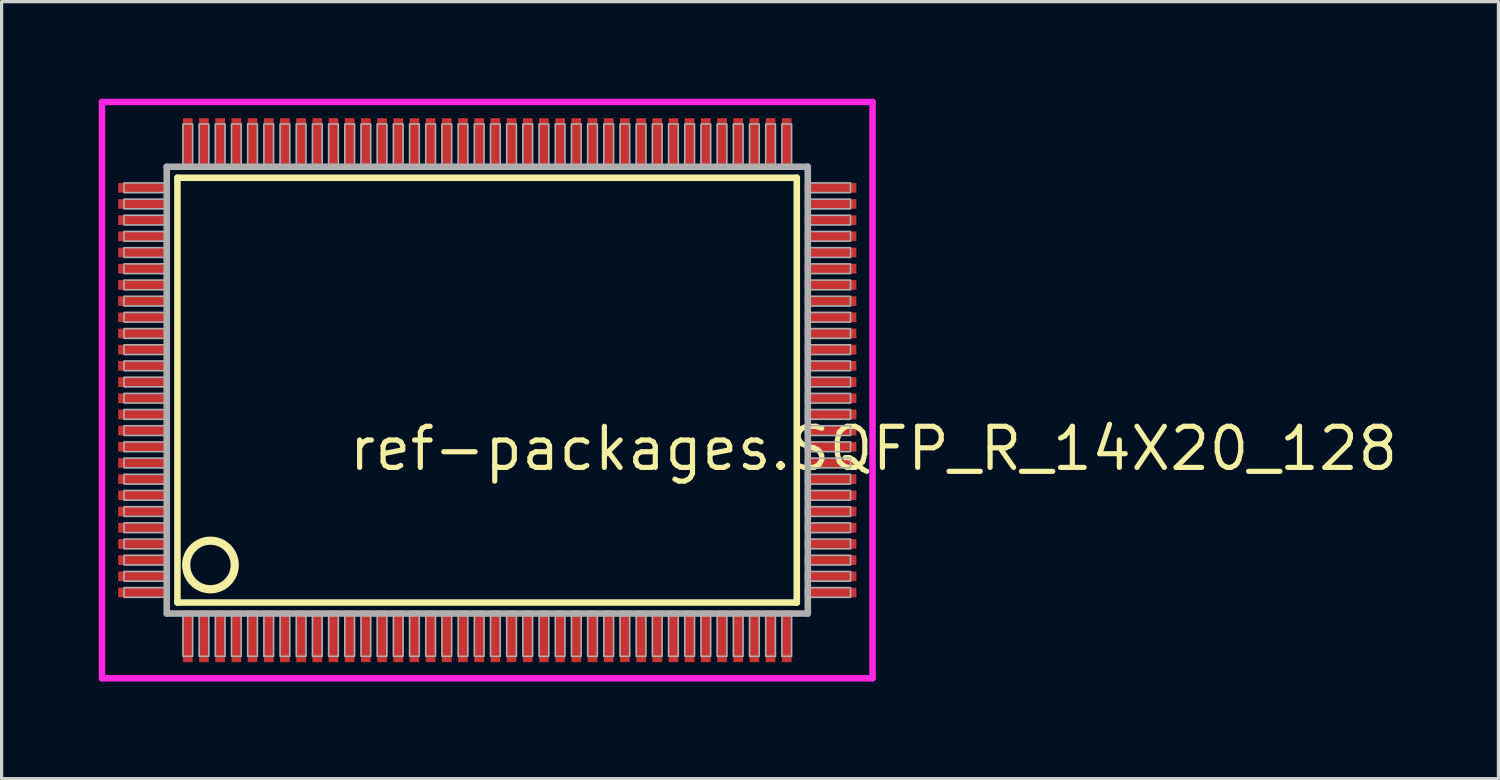
<source format=kicad_pcb>
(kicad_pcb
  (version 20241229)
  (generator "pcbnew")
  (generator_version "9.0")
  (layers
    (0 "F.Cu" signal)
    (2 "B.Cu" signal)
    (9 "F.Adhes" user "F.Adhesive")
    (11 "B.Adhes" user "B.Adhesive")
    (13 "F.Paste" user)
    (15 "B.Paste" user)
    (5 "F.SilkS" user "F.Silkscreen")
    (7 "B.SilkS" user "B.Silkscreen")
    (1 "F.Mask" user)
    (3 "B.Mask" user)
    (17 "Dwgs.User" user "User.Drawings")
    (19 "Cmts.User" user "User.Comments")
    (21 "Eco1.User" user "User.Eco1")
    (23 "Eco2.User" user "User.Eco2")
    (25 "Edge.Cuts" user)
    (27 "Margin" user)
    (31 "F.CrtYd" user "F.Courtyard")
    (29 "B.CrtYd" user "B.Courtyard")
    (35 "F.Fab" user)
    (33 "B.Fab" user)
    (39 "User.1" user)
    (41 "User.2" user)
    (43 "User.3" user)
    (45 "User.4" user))
  (footprint "ref-packages.SQFP_R_14X20_128"
    (layer "F.Cu")
    (at 12 9)
    (property "Reference" "ref-packages.SQFP_R_14X20_128" (at -4.35 2.55 0) (layer "F.SilkS") (effects (font (size 1.27 1.27) (thickness 0.16)) (justify left bottom)))
    (attr smd)
    (fp_line (start -9.57 -6.56) (end 9.56 -6.56) (stroke (width 0.203) (type default)) (layer "F.SilkS"))
    (fp_line (start -9.57 6.56) (end -9.57 -6.56) (stroke (width 0.203) (type default)) (layer "F.SilkS"))
    (fp_line (start 9.56 -6.56) (end 9.56 6.56) (stroke (width 0.203) (type default)) (layer "F.SilkS"))
    (fp_line (start 9.56 6.56) (end -9.57 6.56) (stroke (width 0.203) (type default)) (layer "F.SilkS"))
    (fp_circle (center -8.55 5.4) (end -7.8 5.4) (stroke (width 0.254) (type default)) (fill no) (layer "F.SilkS"))
    (fp_line (start -11.9 -8.9) (end 11.9 -8.9) (stroke (width 0.2) (type default)) (layer "F.CrtYd"))
    (fp_line (start -11.9 8.9) (end -11.9 -8.9) (stroke (width 0.2) (type default)) (layer "F.CrtYd"))
    (fp_line (start 11.9 -8.9) (end 11.9 8.9) (stroke (width 0.2) (type default)) (layer "F.CrtYd"))
    (fp_line (start 11.9 8.9) (end -11.9 8.9) (stroke (width 0.2) (type default)) (layer "F.CrtYd"))
    (fp_line (start -9.9 -6.9) (end -9.9 6.9) (stroke (width 0.203) (type default)) (layer "F.Fab"))
    (fp_line (start -9.9 6.9) (end 9.9 6.9) (stroke (width 0.203) (type default)) (layer "F.Fab"))
    (fp_line (start 9.9 -6.9) (end -9.9 -6.9) (stroke (width 0.203) (type default)) (layer "F.Fab"))
    (fp_line (start 9.9 6.9) (end 9.9 -6.9) (stroke (width 0.203) (type default)) (layer "F.Fab"))
    (fp_rect (start -11.22 -6.1) (end -9.95 -6.4) (stroke (width 0.05) (type default)) (fill no) (layer "F.Fab"))
    (fp_rect (start -11.22 -5.6) (end -9.95 -5.9) (stroke (width 0.05) (type default)) (fill no) (layer "F.Fab"))
    (fp_rect (start -11.22 -5.1) (end -9.95 -5.4) (stroke (width 0.05) (type default)) (fill no) (layer "F.Fab"))
    (fp_rect (start -11.22 -4.6) (end -9.95 -4.9) (stroke (width 0.05) (type default)) (fill no) (layer "F.Fab"))
    (fp_rect (start -11.22 -4.1) (end -9.95 -4.4) (stroke (width 0.05) (type default)) (fill no) (layer "F.Fab"))
    (fp_rect (start -11.22 -3.6) (end -9.95 -3.9) (stroke (width 0.05) (type default)) (fill no) (layer "F.Fab"))
    (fp_rect (start -11.22 -3.1) (end -9.95 -3.4) (stroke (width 0.05) (type default)) (fill no) (layer "F.Fab"))
    (fp_rect (start -11.22 -2.6) (end -9.95 -2.9) (stroke (width 0.05) (type default)) (fill no) (layer "F.Fab"))
    (fp_rect (start -11.22 -2.1) (end -9.95 -2.4) (stroke (width 0.05) (type default)) (fill no) (layer "F.Fab"))
    (fp_rect (start -11.22 -1.6) (end -9.95 -1.9) (stroke (width 0.05) (type default)) (fill no) (layer "F.Fab"))
    (fp_rect (start -11.22 -1.1) (end -9.95 -1.4) (stroke (width 0.05) (type default)) (fill no) (layer "F.Fab"))
    (fp_rect (start -11.22 -0.6) (end -9.95 -0.9) (stroke (width 0.05) (type default)) (fill no) (layer "F.Fab"))
    (fp_rect (start -11.22 -0.1) (end -9.95 -0.4) (stroke (width 0.05) (type default)) (fill no) (layer "F.Fab"))
    (fp_rect (start -11.22 0.4) (end -9.95 0.1) (stroke (width 0.05) (type default)) (fill no) (layer "F.Fab"))
    (fp_rect (start -11.22 0.9) (end -9.95 0.6) (stroke (width 0.05) (type default)) (fill no) (layer "F.Fab"))
    (fp_rect (start -11.22 1.4) (end -9.95 1.1) (stroke (width 0.05) (type default)) (fill no) (layer "F.Fab"))
    (fp_rect (start -11.22 1.9) (end -9.95 1.6) (stroke (width 0.05) (type default)) (fill no) (layer "F.Fab"))
    (fp_rect (start -11.22 2.4) (end -9.95 2.1) (stroke (width 0.05) (type default)) (fill no) (layer "F.Fab"))
    (fp_rect (start -11.22 2.9) (end -9.95 2.6) (stroke (width 0.05) (type default)) (fill no) (layer "F.Fab"))
    (fp_rect (start -11.22 3.4) (end -9.95 3.1) (stroke (width 0.05) (type default)) (fill no) (layer "F.Fab"))
    (fp_rect (start -11.22 3.9) (end -9.95 3.6) (stroke (width 0.05) (type default)) (fill no) (layer "F.Fab"))
    (fp_rect (start -11.22 4.4) (end -9.95 4.1) (stroke (width 0.05) (type default)) (fill no) (layer "F.Fab"))
    (fp_rect (start -11.22 4.9) (end -9.95 4.6) (stroke (width 0.05) (type default)) (fill no) (layer "F.Fab"))
    (fp_rect (start -11.22 5.4) (end -9.95 5.1) (stroke (width 0.05) (type default)) (fill no) (layer "F.Fab"))
    (fp_rect (start -11.22 5.9) (end -9.95 5.6) (stroke (width 0.05) (type default)) (fill no) (layer "F.Fab"))
    (fp_rect (start -11.22 6.4) (end -9.95 6.1) (stroke (width 0.05) (type default)) (fill no) (layer "F.Fab"))
    (fp_rect (start -9.4 -6.95) (end -9.1 -8.22) (stroke (width 0.05) (type default)) (fill no) (layer "F.Fab"))
    (fp_rect (start -9.4 8.22) (end -9.1 6.95) (stroke (width 0.05) (type default)) (fill no) (layer "F.Fab"))
    (fp_rect (start -8.9 -6.95) (end -8.6 -8.22) (stroke (width 0.05) (type default)) (fill no) (layer "F.Fab"))
    (fp_rect (start -8.9 8.22) (end -8.6 6.95) (stroke (width 0.05) (type default)) (fill no) (layer "F.Fab"))
    (fp_rect (start -8.4 -6.95) (end -8.1 -8.22) (stroke (width 0.05) (type default)) (fill no) (layer "F.Fab"))
    (fp_rect (start -8.4 8.22) (end -8.1 6.95) (stroke (width 0.05) (type default)) (fill no) (layer "F.Fab"))
    (fp_rect (start -7.9 -6.95) (end -7.6 -8.22) (stroke (width 0.05) (type default)) (fill no) (layer "F.Fab"))
    (fp_rect (start -7.9 8.22) (end -7.6 6.95) (stroke (width 0.05) (type default)) (fill no) (layer "F.Fab"))
    (fp_rect (start -7.4 -6.95) (end -7.1 -8.22) (stroke (width 0.05) (type default)) (fill no) (layer "F.Fab"))
    (fp_rect (start -7.4 8.22) (end -7.1 6.95) (stroke (width 0.05) (type default)) (fill no) (layer "F.Fab"))
    (fp_rect (start -6.9 -6.95) (end -6.6 -8.22) (stroke (width 0.05) (type default)) (fill no) (layer "F.Fab"))
    (fp_rect (start -6.9 8.22) (end -6.6 6.95) (stroke (width 0.05) (type default)) (fill no) (layer "F.Fab"))
    (fp_rect (start -6.4 -6.95) (end -6.1 -8.22) (stroke (width 0.05) (type default)) (fill no) (layer "F.Fab"))
    (fp_rect (start -6.4 8.22) (end -6.1 6.95) (stroke (width 0.05) (type default)) (fill no) (layer "F.Fab"))
    (fp_rect (start -5.9 -6.95) (end -5.6 -8.22) (stroke (width 0.05) (type default)) (fill no) (layer "F.Fab"))
    (fp_rect (start -5.9 8.22) (end -5.6 6.95) (stroke (width 0.05) (type default)) (fill no) (layer "F.Fab"))
    (fp_rect (start -5.4 -6.95) (end -5.1 -8.22) (stroke (width 0.05) (type default)) (fill no) (layer "F.Fab"))
    (fp_rect (start -5.4 8.22) (end -5.1 6.95) (stroke (width 0.05) (type default)) (fill no) (layer "F.Fab"))
    (fp_rect (start -4.9 -6.95) (end -4.6 -8.22) (stroke (width 0.05) (type default)) (fill no) (layer "F.Fab"))
    (fp_rect (start -4.9 8.22) (end -4.6 6.95) (stroke (width 0.05) (type default)) (fill no) (layer "F.Fab"))
    (fp_rect (start -4.4 -6.95) (end -4.1 -8.22) (stroke (width 0.05) (type default)) (fill no) (layer "F.Fab"))
    (fp_rect (start -4.4 8.22) (end -4.1 6.95) (stroke (width 0.05) (type default)) (fill no) (layer "F.Fab"))
    (fp_rect (start -3.9 -6.95) (end -3.6 -8.22) (stroke (width 0.05) (type default)) (fill no) (layer "F.Fab"))
    (fp_rect (start -3.9 8.22) (end -3.6 6.95) (stroke (width 0.05) (type default)) (fill no) (layer "F.Fab"))
    (fp_rect (start -3.4 -6.95) (end -3.1 -8.22) (stroke (width 0.05) (type default)) (fill no) (layer "F.Fab"))
    (fp_rect (start -3.4 8.22) (end -3.1 6.95) (stroke (width 0.05) (type default)) (fill no) (layer "F.Fab"))
    (fp_rect (start -2.9 -6.95) (end -2.6 -8.22) (stroke (width 0.05) (type default)) (fill no) (layer "F.Fab"))
    (fp_rect (start -2.9 8.22) (end -2.6 6.95) (stroke (width 0.05) (type default)) (fill no) (layer "F.Fab"))
    (fp_rect (start -2.4 -6.95) (end -2.1 -8.22) (stroke (width 0.05) (type default)) (fill no) (layer "F.Fab"))
    (fp_rect (start -2.4 8.22) (end -2.1 6.95) (stroke (width 0.05) (type default)) (fill no) (layer "F.Fab"))
    (fp_rect (start -1.9 -6.95) (end -1.6 -8.22) (stroke (width 0.05) (type default)) (fill no) (layer "F.Fab"))
    (fp_rect (start -1.9 8.22) (end -1.6 6.95) (stroke (width 0.05) (type default)) (fill no) (layer "F.Fab"))
    (fp_rect (start -1.4 -6.95) (end -1.1 -8.22) (stroke (width 0.05) (type default)) (fill no) (layer "F.Fab"))
    (fp_rect (start -1.4 8.22) (end -1.1 6.95) (stroke (width 0.05) (type default)) (fill no) (layer "F.Fab"))
    (fp_rect (start -0.9 -6.95) (end -0.6 -8.22) (stroke (width 0.05) (type default)) (fill no) (layer "F.Fab"))
    (fp_rect (start -0.9 8.22) (end -0.6 6.95) (stroke (width 0.05) (type default)) (fill no) (layer "F.Fab"))
    (fp_rect (start -0.4 -6.95) (end -0.1 -8.22) (stroke (width 0.05) (type default)) (fill no) (layer "F.Fab"))
    (fp_rect (start -0.4 8.22) (end -0.1 6.95) (stroke (width 0.05) (type default)) (fill no) (layer "F.Fab"))
    (fp_rect (start 0.1 -6.95) (end 0.4 -8.22) (stroke (width 0.05) (type default)) (fill no) (layer "F.Fab"))
    (fp_rect (start 0.1 8.22) (end 0.4 6.95) (stroke (width 0.05) (type default)) (fill no) (layer "F.Fab"))
    (fp_rect (start 0.6 -6.95) (end 0.9 -8.22) (stroke (width 0.05) (type default)) (fill no) (layer "F.Fab"))
    (fp_rect (start 0.6 8.22) (end 0.9 6.95) (stroke (width 0.05) (type default)) (fill no) (layer "F.Fab"))
    (fp_rect (start 1.1 -6.95) (end 1.4 -8.22) (stroke (width 0.05) (type default)) (fill no) (layer "F.Fab"))
    (fp_rect (start 1.1 8.22) (end 1.4 6.95) (stroke (width 0.05) (type default)) (fill no) (layer "F.Fab"))
    (fp_rect (start 1.6 -6.95) (end 1.9 -8.22) (stroke (width 0.05) (type default)) (fill no) (layer "F.Fab"))
    (fp_rect (start 1.6 8.22) (end 1.9 6.95) (stroke (width 0.05) (type default)) (fill no) (layer "F.Fab"))
    (fp_rect (start 2.1 -6.95) (end 2.4 -8.22) (stroke (width 0.05) (type default)) (fill no) (layer "F.Fab"))
    (fp_rect (start 2.1 8.22) (end 2.4 6.95) (stroke (width 0.05) (type default)) (fill no) (layer "F.Fab"))
    (fp_rect (start 2.6 -6.95) (end 2.9 -8.22) (stroke (width 0.05) (type default)) (fill no) (layer "F.Fab"))
    (fp_rect (start 2.6 8.22) (end 2.9 6.95) (stroke (width 0.05) (type default)) (fill no) (layer "F.Fab"))
    (fp_rect (start 3.1 -6.95) (end 3.4 -8.22) (stroke (width 0.05) (type default)) (fill no) (layer "F.Fab"))
    (fp_rect (start 3.1 8.22) (end 3.4 6.95) (stroke (width 0.05) (type default)) (fill no) (layer "F.Fab"))
    (fp_rect (start 3.6 -6.95) (end 3.9 -8.22) (stroke (width 0.05) (type default)) (fill no) (layer "F.Fab"))
    (fp_rect (start 3.6 8.22) (end 3.9 6.95) (stroke (width 0.05) (type default)) (fill no) (layer "F.Fab"))
    (fp_rect (start 4.1 -6.95) (end 4.4 -8.22) (stroke (width 0.05) (type default)) (fill no) (layer "F.Fab"))
    (fp_rect (start 4.1 8.22) (end 4.4 6.95) (stroke (width 0.05) (type default)) (fill no) (layer "F.Fab"))
    (fp_rect (start 4.6 -6.95) (end 4.9 -8.22) (stroke (width 0.05) (type default)) (fill no) (layer "F.Fab"))
    (fp_rect (start 4.6 8.22) (end 4.9 6.95) (stroke (width 0.05) (type default)) (fill no) (layer "F.Fab"))
    (fp_rect (start 5.1 -6.95) (end 5.4 -8.22) (stroke (width 0.05) (type default)) (fill no) (layer "F.Fab"))
    (fp_rect (start 5.1 8.22) (end 5.4 6.95) (stroke (width 0.05) (type default)) (fill no) (layer "F.Fab"))
    (fp_rect (start 5.6 -6.95) (end 5.9 -8.22) (stroke (width 0.05) (type default)) (fill no) (layer "F.Fab"))
    (fp_rect (start 5.6 8.22) (end 5.9 6.95) (stroke (width 0.05) (type default)) (fill no) (layer "F.Fab"))
    (fp_rect (start 6.1 -6.95) (end 6.4 -8.22) (stroke (width 0.05) (type default)) (fill no) (layer "F.Fab"))
    (fp_rect (start 6.1 8.22) (end 6.4 6.95) (stroke (width 0.05) (type default)) (fill no) (layer "F.Fab"))
    (fp_rect (start 6.6 -6.95) (end 6.9 -8.22) (stroke (width 0.05) (type default)) (fill no) (layer "F.Fab"))
    (fp_rect (start 6.6 8.22) (end 6.9 6.95) (stroke (width 0.05) (type default)) (fill no) (layer "F.Fab"))
    (fp_rect (start 7.1 -6.95) (end 7.4 -8.22) (stroke (width 0.05) (type default)) (fill no) (layer "F.Fab"))
    (fp_rect (start 7.1 8.22) (end 7.4 6.95) (stroke (width 0.05) (type default)) (fill no) (layer "F.Fab"))
    (fp_rect (start 7.6 -6.95) (end 7.9 -8.22) (stroke (width 0.05) (type default)) (fill no) (layer "F.Fab"))
    (fp_rect (start 7.6 8.22) (end 7.9 6.95) (stroke (width 0.05) (type default)) (fill no) (layer "F.Fab"))
    (fp_rect (start 8.1 -6.95) (end 8.4 -8.22) (stroke (width 0.05) (type default)) (fill no) (layer "F.Fab"))
    (fp_rect (start 8.1 8.22) (end 8.4 6.95) (stroke (width 0.05) (type default)) (fill no) (layer "F.Fab"))
    (fp_rect (start 8.6 -6.95) (end 8.9 -8.22) (stroke (width 0.05) (type default)) (fill no) (layer "F.Fab"))
    (fp_rect (start 8.6 8.22) (end 8.9 6.95) (stroke (width 0.05) (type default)) (fill no) (layer "F.Fab"))
    (fp_rect (start 9.1 -6.95) (end 9.4 -8.22) (stroke (width 0.05) (type default)) (fill no) (layer "F.Fab"))
    (fp_rect (start 9.1 8.22) (end 9.4 6.95) (stroke (width 0.05) (type default)) (fill no) (layer "F.Fab"))
    (fp_rect (start 9.95 -6.1) (end 11.22 -6.4) (stroke (width 0.05) (type default)) (fill no) (layer "F.Fab"))
    (fp_rect (start 9.95 -5.6) (end 11.22 -5.9) (stroke (width 0.05) (type default)) (fill no) (layer "F.Fab"))
    (fp_rect (start 9.95 -5.1) (end 11.22 -5.4) (stroke (width 0.05) (type default)) (fill no) (layer "F.Fab"))
    (fp_rect (start 9.95 -4.6) (end 11.22 -4.9) (stroke (width 0.05) (type default)) (fill no) (layer "F.Fab"))
    (fp_rect (start 9.95 -4.1) (end 11.22 -4.4) (stroke (width 0.05) (type default)) (fill no) (layer "F.Fab"))
    (fp_rect (start 9.95 -3.6) (end 11.22 -3.9) (stroke (width 0.05) (type default)) (fill no) (layer "F.Fab"))
    (fp_rect (start 9.95 -3.1) (end 11.22 -3.4) (stroke (width 0.05) (type default)) (fill no) (layer "F.Fab"))
    (fp_rect (start 9.95 -2.6) (end 11.22 -2.9) (stroke (width 0.05) (type default)) (fill no) (layer "F.Fab"))
    (fp_rect (start 9.95 -2.1) (end 11.22 -2.4) (stroke (width 0.05) (type default)) (fill no) (layer "F.Fab"))
    (fp_rect (start 9.95 -1.6) (end 11.22 -1.9) (stroke (width 0.05) (type default)) (fill no) (layer "F.Fab"))
    (fp_rect (start 9.95 -1.1) (end 11.22 -1.4) (stroke (width 0.05) (type default)) (fill no) (layer "F.Fab"))
    (fp_rect (start 9.95 -0.6) (end 11.22 -0.9) (stroke (width 0.05) (type default)) (fill no) (layer "F.Fab"))
    (fp_rect (start 9.95 -0.1) (end 11.22 -0.4) (stroke (width 0.05) (type default)) (fill no) (layer "F.Fab"))
    (fp_rect (start 9.95 0.4) (end 11.22 0.1) (stroke (width 0.05) (type default)) (fill no) (layer "F.Fab"))
    (fp_rect (start 9.95 0.9) (end 11.22 0.6) (stroke (width 0.05) (type default)) (fill no) (layer "F.Fab"))
    (fp_rect (start 9.95 1.4) (end 11.22 1.1) (stroke (width 0.05) (type default)) (fill no) (layer "F.Fab"))
    (fp_rect (start 9.95 1.9) (end 11.22 1.6) (stroke (width 0.05) (type default)) (fill no) (layer "F.Fab"))
    (fp_rect (start 9.95 2.4) (end 11.22 2.1) (stroke (width 0.05) (type default)) (fill no) (layer "F.Fab"))
    (fp_rect (start 9.95 2.9) (end 11.22 2.6) (stroke (width 0.05) (type default)) (fill no) (layer "F.Fab"))
    (fp_rect (start 9.95 3.4) (end 11.22 3.1) (stroke (width 0.05) (type default)) (fill no) (layer "F.Fab"))
    (fp_rect (start 9.95 3.9) (end 11.22 3.6) (stroke (width 0.05) (type default)) (fill no) (layer "F.Fab"))
    (fp_rect (start 9.95 4.4) (end 11.22 4.1) (stroke (width 0.05) (type default)) (fill no) (layer "F.Fab"))
    (fp_rect (start 9.95 4.9) (end 11.22 4.6) (stroke (width 0.05) (type default)) (fill no) (layer "F.Fab"))
    (fp_rect (start 9.95 5.4) (end 11.22 5.1) (stroke (width 0.05) (type default)) (fill no) (layer "F.Fab"))
    (fp_rect (start 9.95 5.9) (end 11.22 5.6) (stroke (width 0.05) (type default)) (fill no) (layer "F.Fab"))
    (fp_rect (start 9.95 6.4) (end 11.22 6.1) (stroke (width 0.05) (type default)) (fill no) (layer "F.Fab"))
    (pad "1" smd roundrect (at -9.25 7.6) (size 0.3 1.6) (layers "F.Cu" "F.Mask" "F.Paste") (roundrect_rratio 0.01))
    (pad "2" smd roundrect (at -8.75 7.6) (size 0.3 1.6) (layers "F.Cu" "F.Mask" "F.Paste") (roundrect_rratio 0.01))
    (pad "3" smd roundrect (at -8.25 7.6) (size 0.3 1.6) (layers "F.Cu" "F.Mask" "F.Paste") (roundrect_rratio 0.01))
    (pad "4" smd roundrect (at -7.75 7.6) (size 0.3 1.6) (layers "F.Cu" "F.Mask" "F.Paste") (roundrect_rratio 0.01))
    (pad "5" smd roundrect (at -7.25 7.6) (size 0.3 1.6) (layers "F.Cu" "F.Mask" "F.Paste") (roundrect_rratio 0.01))
    (pad "6" smd roundrect (at -6.75 7.6) (size 0.3 1.6) (layers "F.Cu" "F.Mask" "F.Paste") (roundrect_rratio 0.01))
    (pad "7" smd roundrect (at -6.25 7.6) (size 0.3 1.6) (layers "F.Cu" "F.Mask" "F.Paste") (roundrect_rratio 0.01))
    (pad "8" smd roundrect (at -5.75 7.6) (size 0.3 1.6) (layers "F.Cu" "F.Mask" "F.Paste") (roundrect_rratio 0.01))
    (pad "9" smd roundrect (at -5.25 7.6) (size 0.3 1.6) (layers "F.Cu" "F.Mask" "F.Paste") (roundrect_rratio 0.01))
    (pad "10" smd roundrect (at -4.75 7.6) (size 0.3 1.6) (layers "F.Cu" "F.Mask" "F.Paste") (roundrect_rratio 0.01))
    (pad "11" smd roundrect (at -4.25 7.6) (size 0.3 1.6) (layers "F.Cu" "F.Mask" "F.Paste") (roundrect_rratio 0.01))
    (pad "12" smd roundrect (at -3.75 7.6) (size 0.3 1.6) (layers "F.Cu" "F.Mask" "F.Paste") (roundrect_rratio 0.01))
    (pad "13" smd roundrect (at -3.25 7.6) (size 0.3 1.6) (layers "F.Cu" "F.Mask" "F.Paste") (roundrect_rratio 0.01))
    (pad "14" smd roundrect (at -2.75 7.6) (size 0.3 1.6) (layers "F.Cu" "F.Mask" "F.Paste") (roundrect_rratio 0.01))
    (pad "15" smd roundrect (at -2.25 7.6) (size 0.3 1.6) (layers "F.Cu" "F.Mask" "F.Paste") (roundrect_rratio 0.01))
    (pad "16" smd roundrect (at -1.75 7.6) (size 0.3 1.6) (layers "F.Cu" "F.Mask" "F.Paste") (roundrect_rratio 0.01))
    (pad "17" smd roundrect (at -1.25 7.6) (size 0.3 1.6) (layers "F.Cu" "F.Mask" "F.Paste") (roundrect_rratio 0.01))
    (pad "18" smd roundrect (at -0.75 7.6) (size 0.3 1.6) (layers "F.Cu" "F.Mask" "F.Paste") (roundrect_rratio 0.01))
    (pad "19" smd roundrect (at -0.25 7.6) (size 0.3 1.6) (layers "F.Cu" "F.Mask" "F.Paste") (roundrect_rratio 0.01))
    (pad "20" smd roundrect (at 0.25 7.6) (size 0.3 1.6) (layers "F.Cu" "F.Mask" "F.Paste") (roundrect_rratio 0.01))
    (pad "21" smd roundrect (at 0.75 7.6) (size 0.3 1.6) (layers "F.Cu" "F.Mask" "F.Paste") (roundrect_rratio 0.01))
    (pad "22" smd roundrect (at 1.25 7.6) (size 0.3 1.6) (layers "F.Cu" "F.Mask" "F.Paste") (roundrect_rratio 0.01))
    (pad "23" smd roundrect (at 1.75 7.6) (size 0.3 1.6) (layers "F.Cu" "F.Mask" "F.Paste") (roundrect_rratio 0.01))
    (pad "24" smd roundrect (at 2.25 7.6) (size 0.3 1.6) (layers "F.Cu" "F.Mask" "F.Paste") (roundrect_rratio 0.01))
    (pad "25" smd roundrect (at 2.75 7.6) (size 0.3 1.6) (layers "F.Cu" "F.Mask" "F.Paste") (roundrect_rratio 0.01))
    (pad "26" smd roundrect (at 3.25 7.6) (size 0.3 1.6) (layers "F.Cu" "F.Mask" "F.Paste") (roundrect_rratio 0.01))
    (pad "27" smd roundrect (at 3.75 7.6) (size 0.3 1.6) (layers "F.Cu" "F.Mask" "F.Paste") (roundrect_rratio 0.01))
    (pad "28" smd roundrect (at 4.25 7.6) (size 0.3 1.6) (layers "F.Cu" "F.Mask" "F.Paste") (roundrect_rratio 0.01))
    (pad "29" smd roundrect (at 4.75 7.6) (size 0.3 1.6) (layers "F.Cu" "F.Mask" "F.Paste") (roundrect_rratio 0.01))
    (pad "30" smd roundrect (at 5.25 7.6) (size 0.3 1.6) (layers "F.Cu" "F.Mask" "F.Paste") (roundrect_rratio 0.01))
    (pad "31" smd roundrect (at 5.75 7.6) (size 0.3 1.6) (layers "F.Cu" "F.Mask" "F.Paste") (roundrect_rratio 0.01))
    (pad "32" smd roundrect (at 6.25 7.6) (size 0.3 1.6) (layers "F.Cu" "F.Mask" "F.Paste") (roundrect_rratio 0.01))
    (pad "33" smd roundrect (at 6.75 7.6) (size 0.3 1.6) (layers "F.Cu" "F.Mask" "F.Paste") (roundrect_rratio 0.01))
    (pad "34" smd roundrect (at 7.25 7.6) (size 0.3 1.6) (layers "F.Cu" "F.Mask" "F.Paste") (roundrect_rratio 0.01))
    (pad "35" smd roundrect (at 7.75 7.6) (size 0.3 1.6) (layers "F.Cu" "F.Mask" "F.Paste") (roundrect_rratio 0.01))
    (pad "36" smd roundrect (at 8.25 7.6) (size 0.3 1.6) (layers "F.Cu" "F.Mask" "F.Paste") (roundrect_rratio 0.01))
    (pad "37" smd roundrect (at 8.75 7.6) (size 0.3 1.6) (layers "F.Cu" "F.Mask" "F.Paste") (roundrect_rratio 0.01))
    (pad "38" smd roundrect (at 9.25 7.6) (size 0.3 1.6) (layers "F.Cu" "F.Mask" "F.Paste") (roundrect_rratio 0.01))
    (pad "39" smd roundrect (at 10.6 6.25) (size 1.6 0.3) (layers "F.Cu" "F.Mask" "F.Paste") (roundrect_rratio 0.01))
    (pad "40" smd roundrect (at 10.6 5.75) (size 1.6 0.3) (layers "F.Cu" "F.Mask" "F.Paste") (roundrect_rratio 0.01))
    (pad "41" smd roundrect (at 10.6 5.25) (size 1.6 0.3) (layers "F.Cu" "F.Mask" "F.Paste") (roundrect_rratio 0.01))
    (pad "42" smd roundrect (at 10.6 4.75) (size 1.6 0.3) (layers "F.Cu" "F.Mask" "F.Paste") (roundrect_rratio 0.01))
    (pad "43" smd roundrect (at 10.6 4.25) (size 1.6 0.3) (layers "F.Cu" "F.Mask" "F.Paste") (roundrect_rratio 0.01))
    (pad "44" smd roundrect (at 10.6 3.75) (size 1.6 0.3) (layers "F.Cu" "F.Mask" "F.Paste") (roundrect_rratio 0.01))
    (pad "45" smd roundrect (at 10.6 3.25) (size 1.6 0.3) (layers "F.Cu" "F.Mask" "F.Paste") (roundrect_rratio 0.01))
    (pad "46" smd roundrect (at 10.6 2.75) (size 1.6 0.3) (layers "F.Cu" "F.Mask" "F.Paste") (roundrect_rratio 0.01))
    (pad "47" smd roundrect (at 10.6 2.25) (size 1.6 0.3) (layers "F.Cu" "F.Mask" "F.Paste") (roundrect_rratio 0.01))
    (pad "48" smd roundrect (at 10.6 1.75) (size 1.6 0.3) (layers "F.Cu" "F.Mask" "F.Paste") (roundrect_rratio 0.01))
    (pad "49" smd roundrect (at 10.6 1.25) (size 1.6 0.3) (layers "F.Cu" "F.Mask" "F.Paste") (roundrect_rratio 0.01))
    (pad "50" smd roundrect (at 10.6 0.75) (size 1.6 0.3) (layers "F.Cu" "F.Mask" "F.Paste") (roundrect_rratio 0.01))
    (pad "51" smd roundrect (at 10.6 0.25) (size 1.6 0.3) (layers "F.Cu" "F.Mask" "F.Paste") (roundrect_rratio 0.01))
    (pad "52" smd roundrect (at 10.6 -0.25) (size 1.6 0.3) (layers "F.Cu" "F.Mask" "F.Paste") (roundrect_rratio 0.01))
    (pad "53" smd roundrect (at 10.6 -0.75) (size 1.6 0.3) (layers "F.Cu" "F.Mask" "F.Paste") (roundrect_rratio 0.01))
    (pad "54" smd roundrect (at 10.6 -1.25) (size 1.6 0.3) (layers "F.Cu" "F.Mask" "F.Paste") (roundrect_rratio 0.01))
    (pad "55" smd roundrect (at 10.6 -1.75) (size 1.6 0.3) (layers "F.Cu" "F.Mask" "F.Paste") (roundrect_rratio 0.01))
    (pad "56" smd roundrect (at 10.6 -2.25) (size 1.6 0.3) (layers "F.Cu" "F.Mask" "F.Paste") (roundrect_rratio 0.01))
    (pad "57" smd roundrect (at 10.6 -2.75) (size 1.6 0.3) (layers "F.Cu" "F.Mask" "F.Paste") (roundrect_rratio 0.01))
    (pad "58" smd roundrect (at 10.6 -3.25) (size 1.6 0.3) (layers "F.Cu" "F.Mask" "F.Paste") (roundrect_rratio 0.01))
    (pad "59" smd roundrect (at 10.6 -3.75) (size 1.6 0.3) (layers "F.Cu" "F.Mask" "F.Paste") (roundrect_rratio 0.01))
    (pad "60" smd roundrect (at 10.6 -4.25) (size 1.6 0.3) (layers "F.Cu" "F.Mask" "F.Paste") (roundrect_rratio 0.01))
    (pad "61" smd roundrect (at 10.6 -4.75) (size 1.6 0.3) (layers "F.Cu" "F.Mask" "F.Paste") (roundrect_rratio 0.01))
    (pad "62" smd roundrect (at 10.6 -5.25) (size 1.6 0.3) (layers "F.Cu" "F.Mask" "F.Paste") (roundrect_rratio 0.01))
    (pad "63" smd roundrect (at 10.6 -5.75) (size 1.6 0.3) (layers "F.Cu" "F.Mask" "F.Paste") (roundrect_rratio 0.01))
    (pad "64" smd roundrect (at 10.6 -6.25) (size 1.6 0.3) (layers "F.Cu" "F.Mask" "F.Paste") (roundrect_rratio 0.01))
    (pad "65" smd roundrect (at 9.25 -7.6) (size 0.3 1.6) (layers "F.Cu" "F.Mask" "F.Paste") (roundrect_rratio 0.01))
    (pad "66" smd roundrect (at 8.75 -7.6) (size 0.3 1.6) (layers "F.Cu" "F.Mask" "F.Paste") (roundrect_rratio 0.01))
    (pad "67" smd roundrect (at 8.25 -7.6) (size 0.3 1.6) (layers "F.Cu" "F.Mask" "F.Paste") (roundrect_rratio 0.01))
    (pad "68" smd roundrect (at 7.75 -7.6) (size 0.3 1.6) (layers "F.Cu" "F.Mask" "F.Paste") (roundrect_rratio 0.01))
    (pad "69" smd roundrect (at 7.25 -7.6) (size 0.3 1.6) (layers "F.Cu" "F.Mask" "F.Paste") (roundrect_rratio 0.01))
    (pad "70" smd roundrect (at 6.75 -7.6) (size 0.3 1.6) (layers "F.Cu" "F.Mask" "F.Paste") (roundrect_rratio 0.01))
    (pad "71" smd roundrect (at 6.25 -7.6) (size 0.3 1.6) (layers "F.Cu" "F.Mask" "F.Paste") (roundrect_rratio 0.01))
    (pad "72" smd roundrect (at 5.75 -7.6) (size 0.3 1.6) (layers "F.Cu" "F.Mask" "F.Paste") (roundrect_rratio 0.01))
    (pad "73" smd roundrect (at 5.25 -7.6) (size 0.3 1.6) (layers "F.Cu" "F.Mask" "F.Paste") (roundrect_rratio 0.01))
    (pad "74" smd roundrect (at 4.75 -7.6) (size 0.3 1.6) (layers "F.Cu" "F.Mask" "F.Paste") (roundrect_rratio 0.01))
    (pad "75" smd roundrect (at 4.25 -7.6) (size 0.3 1.6) (layers "F.Cu" "F.Mask" "F.Paste") (roundrect_rratio 0.01))
    (pad "76" smd roundrect (at 3.75 -7.6) (size 0.3 1.6) (layers "F.Cu" "F.Mask" "F.Paste") (roundrect_rratio 0.01))
    (pad "77" smd roundrect (at 3.25 -7.6) (size 0.3 1.6) (layers "F.Cu" "F.Mask" "F.Paste") (roundrect_rratio 0.01))
    (pad "78" smd roundrect (at 2.75 -7.6) (size 0.3 1.6) (layers "F.Cu" "F.Mask" "F.Paste") (roundrect_rratio 0.01))
    (pad "79" smd roundrect (at 2.25 -7.6) (size 0.3 1.6) (layers "F.Cu" "F.Mask" "F.Paste") (roundrect_rratio 0.01))
    (pad "80" smd roundrect (at 1.75 -7.6) (size 0.3 1.6) (layers "F.Cu" "F.Mask" "F.Paste") (roundrect_rratio 0.01))
    (pad "81" smd roundrect (at 1.25 -7.6) (size 0.3 1.6) (layers "F.Cu" "F.Mask" "F.Paste") (roundrect_rratio 0.01))
    (pad "82" smd roundrect (at 0.75 -7.6) (size 0.3 1.6) (layers "F.Cu" "F.Mask" "F.Paste") (roundrect_rratio 0.01))
    (pad "83" smd roundrect (at 0.25 -7.6) (size 0.3 1.6) (layers "F.Cu" "F.Mask" "F.Paste") (roundrect_rratio 0.01))
    (pad "84" smd roundrect (at -0.25 -7.6) (size 0.3 1.6) (layers "F.Cu" "F.Mask" "F.Paste") (roundrect_rratio 0.01))
    (pad "85" smd roundrect (at -0.75 -7.6) (size 0.3 1.6) (layers "F.Cu" "F.Mask" "F.Paste") (roundrect_rratio 0.01))
    (pad "86" smd roundrect (at -1.25 -7.6) (size 0.3 1.6) (layers "F.Cu" "F.Mask" "F.Paste") (roundrect_rratio 0.01))
    (pad "87" smd roundrect (at -1.75 -7.6) (size 0.3 1.6) (layers "F.Cu" "F.Mask" "F.Paste") (roundrect_rratio 0.01))
    (pad "88" smd roundrect (at -2.25 -7.6) (size 0.3 1.6) (layers "F.Cu" "F.Mask" "F.Paste") (roundrect_rratio 0.01))
    (pad "89" smd roundrect (at -2.75 -7.6) (size 0.3 1.6) (layers "F.Cu" "F.Mask" "F.Paste") (roundrect_rratio 0.01))
    (pad "90" smd roundrect (at -3.25 -7.6) (size 0.3 1.6) (layers "F.Cu" "F.Mask" "F.Paste") (roundrect_rratio 0.01))
    (pad "91" smd roundrect (at -3.75 -7.6) (size 0.3 1.6) (layers "F.Cu" "F.Mask" "F.Paste") (roundrect_rratio 0.01))
    (pad "92" smd roundrect (at -4.25 -7.6) (size 0.3 1.6) (layers "F.Cu" "F.Mask" "F.Paste") (roundrect_rratio 0.01))
    (pad "93" smd roundrect (at -4.75 -7.6) (size 0.3 1.6) (layers "F.Cu" "F.Mask" "F.Paste") (roundrect_rratio 0.01))
    (pad "94" smd roundrect (at -5.25 -7.6) (size 0.3 1.6) (layers "F.Cu" "F.Mask" "F.Paste") (roundrect_rratio 0.01))
    (pad "95" smd roundrect (at -5.75 -7.6) (size 0.3 1.6) (layers "F.Cu" "F.Mask" "F.Paste") (roundrect_rratio 0.01))
    (pad "96" smd roundrect (at -6.25 -7.6) (size 0.3 1.6) (layers "F.Cu" "F.Mask" "F.Paste") (roundrect_rratio 0.01))
    (pad "97" smd roundrect (at -6.75 -7.6) (size 0.3 1.6) (layers "F.Cu" "F.Mask" "F.Paste") (roundrect_rratio 0.01))
    (pad "98" smd roundrect (at -7.25 -7.6) (size 0.3 1.6) (layers "F.Cu" "F.Mask" "F.Paste") (roundrect_rratio 0.01))
    (pad "99" smd roundrect (at -7.75 -7.6) (size 0.3 1.6) (layers "F.Cu" "F.Mask" "F.Paste") (roundrect_rratio 0.01))
    (pad "100" smd roundrect (at -8.25 -7.6) (size 0.3 1.6) (layers "F.Cu" "F.Mask" "F.Paste") (roundrect_rratio 0.01))
    (pad "101" smd roundrect (at -8.75 -7.6) (size 0.3 1.6) (layers "F.Cu" "F.Mask" "F.Paste") (roundrect_rratio 0.01))
    (pad "102" smd roundrect (at -9.25 -7.6) (size 0.3 1.6) (layers "F.Cu" "F.Mask" "F.Paste") (roundrect_rratio 0.01))
    (pad "103" smd roundrect (at -10.6 -6.25) (size 1.6 0.3) (layers "F.Cu" "F.Mask" "F.Paste") (roundrect_rratio 0.01))
    (pad "104" smd roundrect (at -10.6 -5.75) (size 1.6 0.3) (layers "F.Cu" "F.Mask" "F.Paste") (roundrect_rratio 0.01))
    (pad "105" smd roundrect (at -10.6 -5.25) (size 1.6 0.3) (layers "F.Cu" "F.Mask" "F.Paste") (roundrect_rratio 0.01))
    (pad "106" smd roundrect (at -10.6 -4.75) (size 1.6 0.3) (layers "F.Cu" "F.Mask" "F.Paste") (roundrect_rratio 0.01))
    (pad "107" smd roundrect (at -10.6 -4.25) (size 1.6 0.3) (layers "F.Cu" "F.Mask" "F.Paste") (roundrect_rratio 0.01))
    (pad "108" smd roundrect (at -10.6 -3.75) (size 1.6 0.3) (layers "F.Cu" "F.Mask" "F.Paste") (roundrect_rratio 0.01))
    (pad "109" smd roundrect (at -10.6 -3.25) (size 1.6 0.3) (layers "F.Cu" "F.Mask" "F.Paste") (roundrect_rratio 0.01))
    (pad "110" smd roundrect (at -10.6 -2.75) (size 1.6 0.3) (layers "F.Cu" "F.Mask" "F.Paste") (roundrect_rratio 0.01))
    (pad "111" smd roundrect (at -10.6 -2.25) (size 1.6 0.3) (layers "F.Cu" "F.Mask" "F.Paste") (roundrect_rratio 0.01))
    (pad "112" smd roundrect (at -10.6 -1.75) (size 1.6 0.3) (layers "F.Cu" "F.Mask" "F.Paste") (roundrect_rratio 0.01))
    (pad "113" smd roundrect (at -10.6 -1.25) (size 1.6 0.3) (layers "F.Cu" "F.Mask" "F.Paste") (roundrect_rratio 0.01))
    (pad "114" smd roundrect (at -10.6 -0.75) (size 1.6 0.3) (layers "F.Cu" "F.Mask" "F.Paste") (roundrect_rratio 0.01))
    (pad "115" smd roundrect (at -10.6 -0.25) (size 1.6 0.3) (layers "F.Cu" "F.Mask" "F.Paste") (roundrect_rratio 0.01))
    (pad "116" smd roundrect (at -10.6 0.25) (size 1.6 0.3) (layers "F.Cu" "F.Mask" "F.Paste") (roundrect_rratio 0.01))
    (pad "117" smd roundrect (at -10.6 0.75) (size 1.6 0.3) (layers "F.Cu" "F.Mask" "F.Paste") (roundrect_rratio 0.01))
    (pad "118" smd roundrect (at -10.6 1.25) (size 1.6 0.3) (layers "F.Cu" "F.Mask" "F.Paste") (roundrect_rratio 0.01))
    (pad "119" smd roundrect (at -10.6 1.75) (size 1.6 0.3) (layers "F.Cu" "F.Mask" "F.Paste") (roundrect_rratio 0.01))
    (pad "120" smd roundrect (at -10.6 2.25) (size 1.6 0.3) (layers "F.Cu" "F.Mask" "F.Paste") (roundrect_rratio 0.01))
    (pad "121" smd roundrect (at -10.6 2.75) (size 1.6 0.3) (layers "F.Cu" "F.Mask" "F.Paste") (roundrect_rratio 0.01))
    (pad "122" smd roundrect (at -10.6 3.25) (size 1.6 0.3) (layers "F.Cu" "F.Mask" "F.Paste") (roundrect_rratio 0.01))
    (pad "123" smd roundrect (at -10.6 3.75) (size 1.6 0.3) (layers "F.Cu" "F.Mask" "F.Paste") (roundrect_rratio 0.01))
    (pad "124" smd roundrect (at -10.6 4.25) (size 1.6 0.3) (layers "F.Cu" "F.Mask" "F.Paste") (roundrect_rratio 0.01))
    (pad "125" smd roundrect (at -10.6 4.75) (size 1.6 0.3) (layers "F.Cu" "F.Mask" "F.Paste") (roundrect_rratio 0.01))
    (pad "126" smd roundrect (at -10.6 5.25) (size 1.6 0.3) (layers "F.Cu" "F.Mask" "F.Paste") (roundrect_rratio 0.01))
    (pad "127" smd roundrect (at -10.6 5.75) (size 1.6 0.3) (layers "F.Cu" "F.Mask" "F.Paste") (roundrect_rratio 0.01))
    (pad "128" smd roundrect (at -10.6 6.25) (size 1.6 0.3) (layers "F.Cu" "F.Mask" "F.Paste") (roundrect_rratio 0.01)))
  (gr_rect
    (start -3 -3)
    (end 43.231 21)
    (stroke (width 0.1) (type default))
    (fill no)
    (layer "Edge.Cuts")))
</source>
